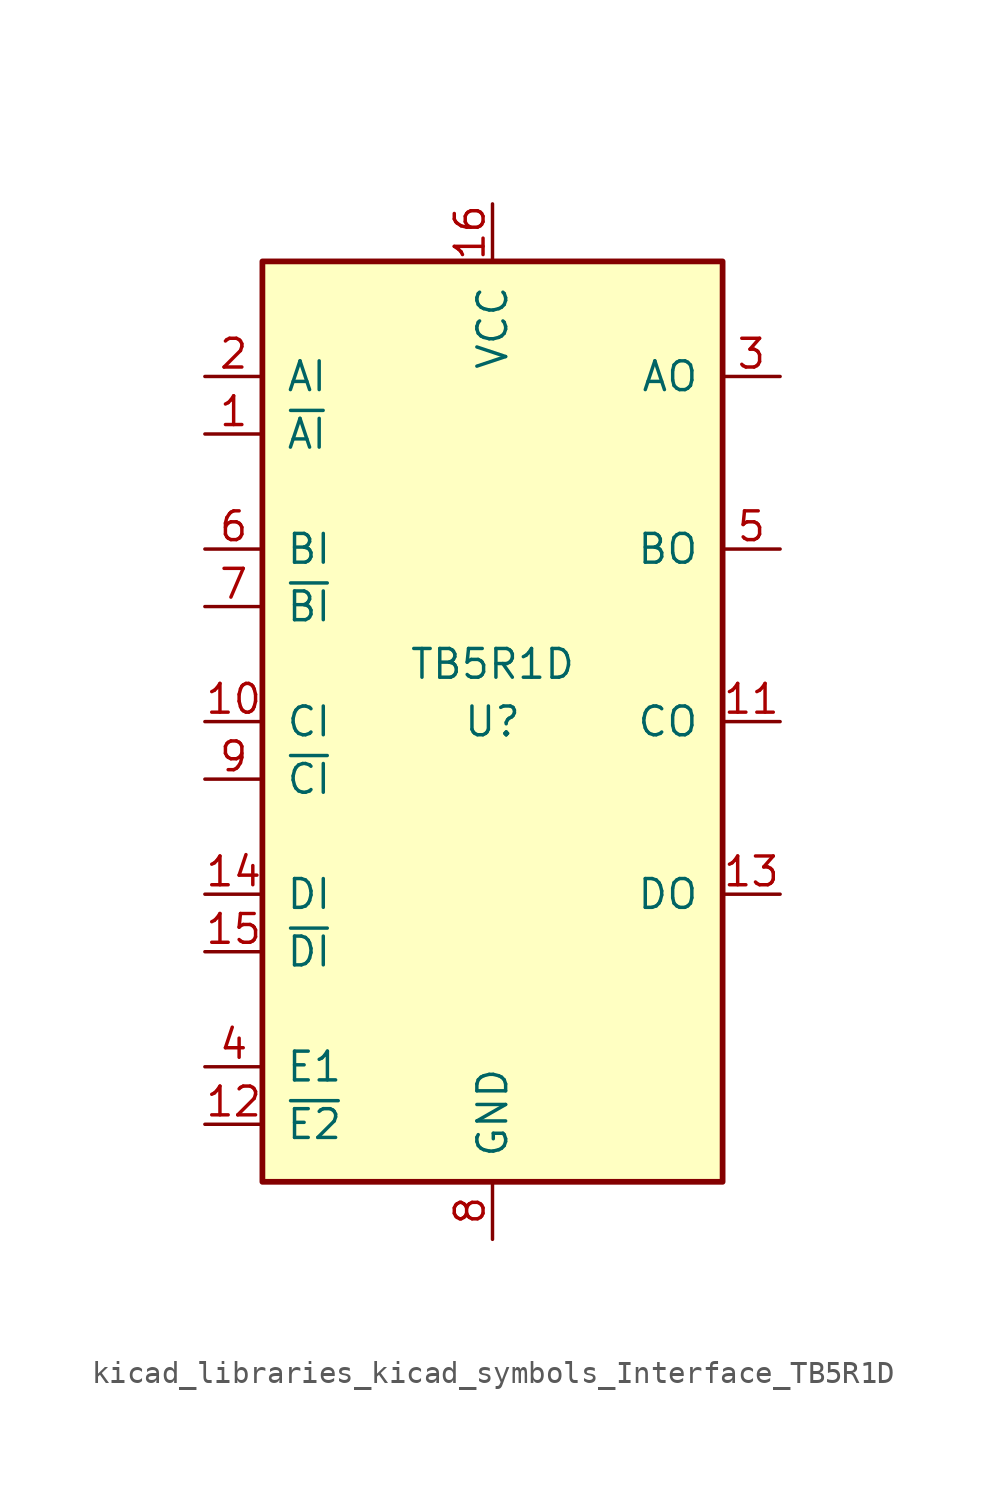
<source format=kicad_sym>
(kicad_symbol_lib
  (version 20220914)
  (generator kicad_symbol_editor)
  (symbol "kicad_libraries_kicad_symbols_Interface_TB5R1D"
    (pin_names
      (offset 1.016))
    (property "Reference" "U"
      (at 0 0 0)
      (effects (font (size 1.27 1.27))))
    (property "Value" "TB5R1D"
      (at 0 2.54 0)
      (effects (font (size 1.27 1.27))))
    (symbol "kicad_libraries_kicad_symbols_Interface_TB5R1D_0_1"
      (rectangle (start 10.16 -20.32) (end -10.16 20.32) (stroke (width 0.254) (type default)) (fill (type background))))
    (symbol "kicad_libraries_kicad_symbols_Interface_TB5R1D_1_1"
      (pin input line (at -12.7 12.7 0) (length 2.54) (name "~{AI}" (effects (font (size 1.27 1.27)))) (number "1" (effects (font (size 1.27 1.27)))))
      (pin input line (at -12.7 0 0) (length 2.54) (name "CI" (effects (font (size 1.27 1.27)))) (number "10" (effects (font (size 1.27 1.27)))))
      (pin output line (at 12.7 0 180) (length 2.54) (name "CO" (effects (font (size 1.27 1.27)))) (number "11" (effects (font (size 1.27 1.27)))))
      (pin input line (at -12.7 -17.78 0) (length 2.54) (name "~{E2}" (effects (font (size 1.27 1.27)))) (number "12" (effects (font (size 1.27 1.27)))))
      (pin output line (at 12.7 -7.62 180) (length 2.54) (name "DO" (effects (font (size 1.27 1.27)))) (number "13" (effects (font (size 1.27 1.27)))))
      (pin input line (at -12.7 -7.62 0) (length 2.54) (name "DI" (effects (font (size 1.27 1.27)))) (number "14" (effects (font (size 1.27 1.27)))))
      (pin input line (at -12.7 -10.16 0) (length 2.54) (name "~{DI}" (effects (font (size 1.27 1.27)))) (number "15" (effects (font (size 1.27 1.27)))))
      (pin power_in line (at 0 22.86 270) (length 2.54) (name "VCC" (effects (font (size 1.27 1.27)))) (number "16" (effects (font (size 1.27 1.27)))))
      (pin input line (at -12.7 15.24 0) (length 2.54) (name "AI" (effects (font (size 1.27 1.27)))) (number "2" (effects (font (size 1.27 1.27)))))
      (pin output line (at 12.7 15.24 180) (length 2.54) (name "AO" (effects (font (size 1.27 1.27)))) (number "3" (effects (font (size 1.27 1.27)))))
      (pin input line (at -12.7 -15.24 0) (length 2.54) (name "E1" (effects (font (size 1.27 1.27)))) (number "4" (effects (font (size 1.27 1.27)))))
      (pin output line (at 12.7 7.62 180) (length 2.54) (name "BO" (effects (font (size 1.27 1.27)))) (number "5" (effects (font (size 1.27 1.27)))))
      (pin input line (at -12.7 7.62 0) (length 2.54) (name "BI" (effects (font (size 1.27 1.27)))) (number "6" (effects (font (size 1.27 1.27)))))
      (pin input line (at -12.7 5.08 0) (length 2.54) (name "~{BI}" (effects (font (size 1.27 1.27)))) (number "7" (effects (font (size 1.27 1.27)))))
      (pin power_in line (at 0 -22.86 90) (length 2.54) (name "GND" (effects (font (size 1.27 1.27)))) (number "8" (effects (font (size 1.27 1.27)))))
      (pin input line (at -12.7 -2.54 0) (length 2.54) (name "~{CI}" (effects (font (size 1.27 1.27)))) (number "9" (effects (font (size 1.27 1.27))))))))
</source>
